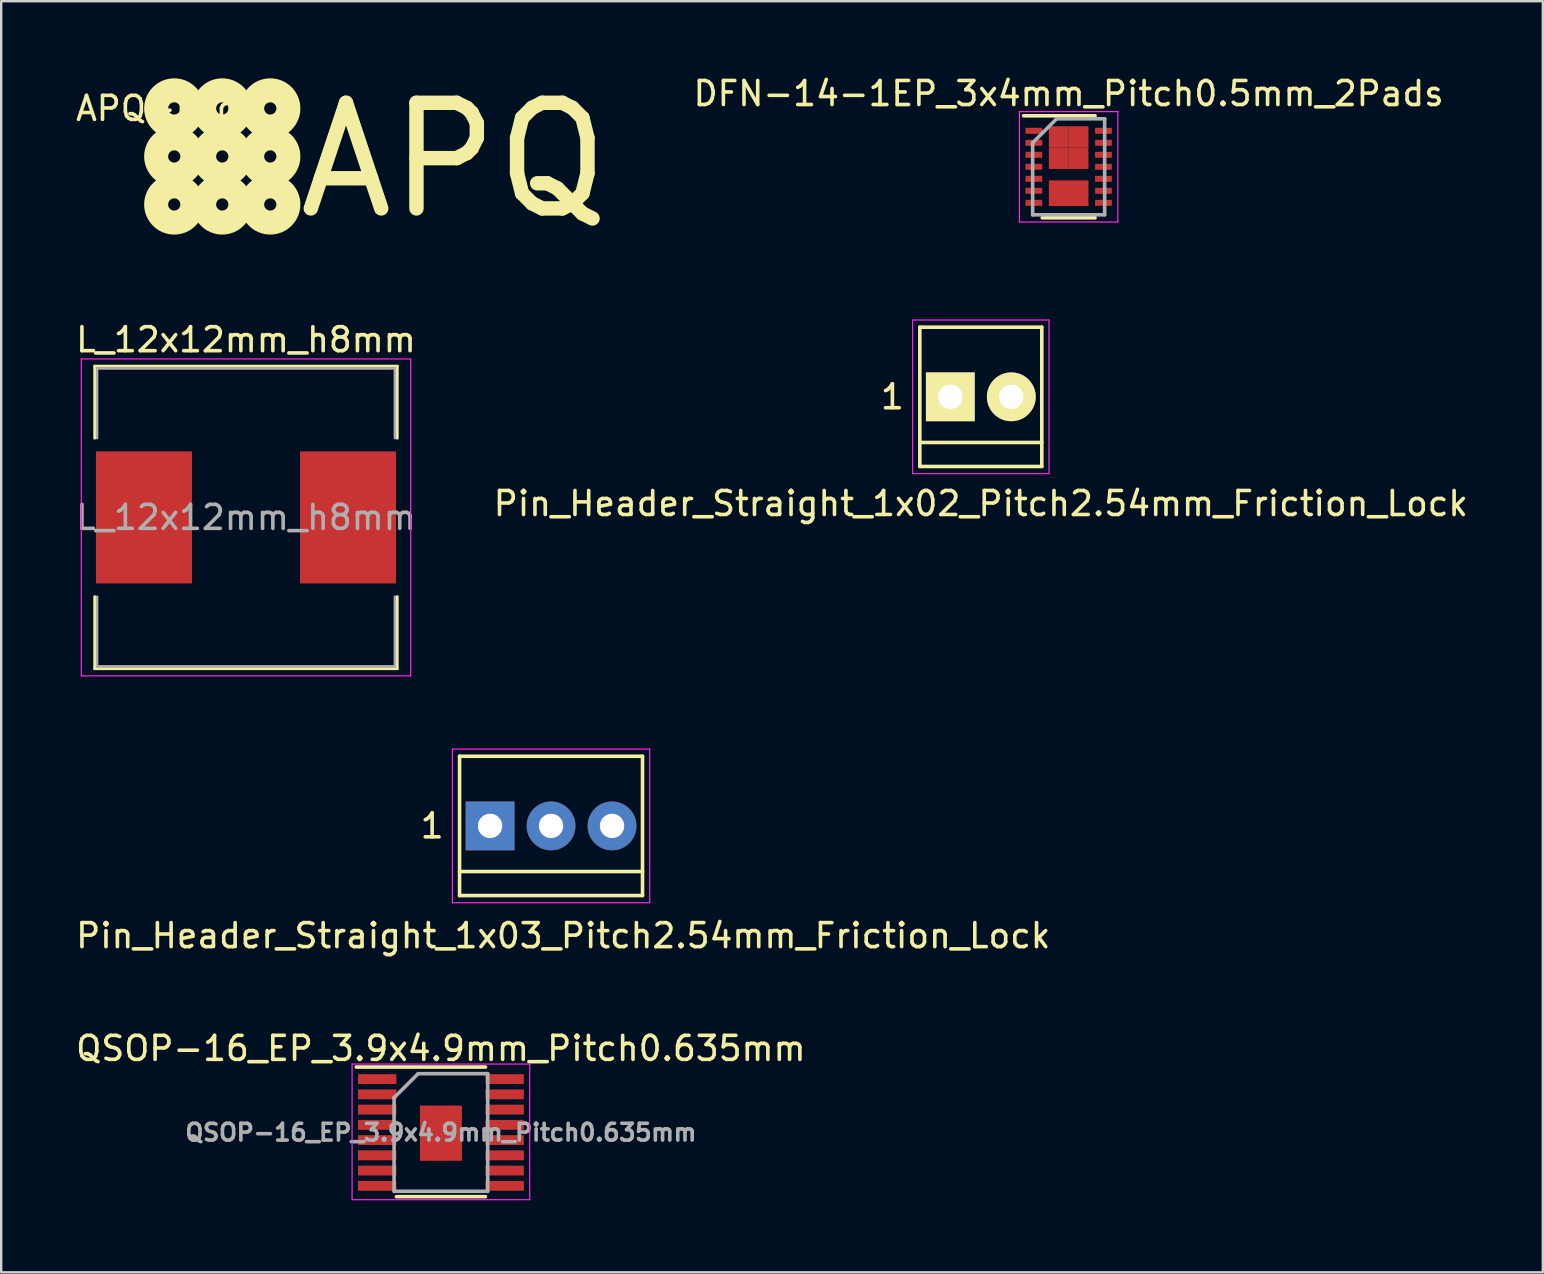
<source format=kicad_pcb>
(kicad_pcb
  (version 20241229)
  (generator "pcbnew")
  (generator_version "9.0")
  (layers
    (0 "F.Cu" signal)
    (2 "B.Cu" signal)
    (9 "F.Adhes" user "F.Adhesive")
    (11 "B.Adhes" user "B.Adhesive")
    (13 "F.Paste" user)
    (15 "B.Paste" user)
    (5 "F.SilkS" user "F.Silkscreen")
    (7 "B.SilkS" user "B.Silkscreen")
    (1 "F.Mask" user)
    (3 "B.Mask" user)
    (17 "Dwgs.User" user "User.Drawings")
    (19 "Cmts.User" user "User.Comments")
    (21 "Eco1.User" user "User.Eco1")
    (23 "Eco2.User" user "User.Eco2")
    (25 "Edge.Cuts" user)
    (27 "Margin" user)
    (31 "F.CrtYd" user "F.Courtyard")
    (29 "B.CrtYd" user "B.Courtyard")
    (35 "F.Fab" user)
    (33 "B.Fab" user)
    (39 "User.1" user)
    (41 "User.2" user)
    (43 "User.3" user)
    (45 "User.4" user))
  (footprint "QSOP-16_EP_3.9x4.9mm_Pitch0.635mm"
    (layer "F.Cu")
    (at 15.315 44.121)
    (property "Reference" "QSOP-16_EP_3.9x4.9mm_Pitch0.635mm" (at 0 -3.5 0) (layer "F.SilkS") (effects (font (size 1 1) (thickness 0.15))))
    (attr smd)
    (fp_line (start -3.525 -2.725) (end 1.859 -2.725) (stroke (width 0.15) (type solid)) (layer "F.SilkS"))
    (fp_line (start -1.854 2.675) (end 1.854 2.675) (stroke (width 0.15) (type solid)) (layer "F.SilkS"))
    (fp_line (start -3.7 -2.85) (end -3.7 2.8) (stroke (width 0.05) (type solid)) (layer "F.CrtYd"))
    (fp_line (start -3.7 -2.85) (end 3.7 -2.85) (stroke (width 0.05) (type solid)) (layer "F.CrtYd"))
    (fp_line (start -3.7 2.8) (end 3.7 2.8) (stroke (width 0.05) (type solid)) (layer "F.CrtYd"))
    (fp_line (start 3.7 -2.85) (end 3.7 2.8) (stroke (width 0.05) (type solid)) (layer "F.CrtYd"))
    (fp_line (start -1.95 -1.45) (end -0.95 -2.45) (stroke (width 0.15) (type solid)) (layer "F.Fab"))
    (fp_line (start -1.95 2.45) (end -1.95 -1.45) (stroke (width 0.15) (type solid)) (layer "F.Fab"))
    (fp_line (start -0.95 -2.45) (end 1.95 -2.45) (stroke (width 0.15) (type solid)) (layer "F.Fab"))
    (fp_line (start 1.95 -2.45) (end 1.95 2.45) (stroke (width 0.15) (type solid)) (layer "F.Fab"))
    (fp_line (start 1.95 2.45) (end -1.95 2.45) (stroke (width 0.15) (type solid)) (layer "F.Fab"))
    (fp_text user "${REFERENCE}" (at 0 0 0) (layer "F.Fab") (effects (font (size 0.7 0.7) (thickness 0.15))))
    (pad "1" smd rect (at -2.654 -2.223) (size 1.6 0.41) (layers "F.Cu" "F.Mask" "F.Paste"))
    (pad "2" smd rect (at -2.654 -1.587) (size 1.6 0.41) (layers "F.Cu" "F.Mask" "F.Paste"))
    (pad "3" smd rect (at -2.654 -0.953) (size 1.6 0.41) (layers "F.Cu" "F.Mask" "F.Paste"))
    (pad "4" smd rect (at -2.654 -0.318) (size 1.6 0.41) (layers "F.Cu" "F.Mask" "F.Paste"))
    (pad "5" smd rect (at -2.654 0.318) (size 1.6 0.41) (layers "F.Cu" "F.Mask" "F.Paste"))
    (pad "6" smd rect (at -2.654 0.953) (size 1.6 0.41) (layers "F.Cu" "F.Mask" "F.Paste"))
    (pad "7" smd rect (at -2.654 1.587) (size 1.6 0.41) (layers "F.Cu" "F.Mask" "F.Paste"))
    (pad "8" smd rect (at -2.654 2.223) (size 1.6 0.41) (layers "F.Cu" "F.Mask" "F.Paste"))
    (pad "9" smd rect (at 2.654 2.223) (size 1.6 0.41) (layers "F.Cu" "F.Mask" "F.Paste"))
    (pad "10" smd rect (at 2.654 1.587) (size 1.6 0.41) (layers "F.Cu" "F.Mask" "F.Paste"))
    (pad "11" smd rect (at 2.654 0.953) (size 1.6 0.41) (layers "F.Cu" "F.Mask" "F.Paste"))
    (pad "12" smd rect (at 2.654 0.318) (size 1.6 0.41) (layers "F.Cu" "F.Mask" "F.Paste"))
    (pad "13" smd rect (at 2.654 -0.318) (size 1.6 0.41) (layers "F.Cu" "F.Mask" "F.Paste"))
    (pad "14" smd rect (at 2.654 -0.953) (size 1.6 0.41) (layers "F.Cu" "F.Mask" "F.Paste"))
    (pad "15" smd rect (at 2.654 -1.587) (size 1.6 0.41) (layers "F.Cu" "F.Mask" "F.Paste"))
    (pad "16" smd rect (at 2.654 -2.223) (size 1.6 0.41) (layers "F.Cu" "F.Mask" "F.Paste"))
    (pad "17" smd rect (at 0 0.03) (size 1.75 2.3) (layers "F.Cu" "F.Mask" "F.Paste")))
  (footprint "DFN-14-1EP_3x4mm_Pitch0.5mm_2Pads"
    (layer "F.Cu")
    (at 41.463 3.898)
    (property "Reference" "DFN-14-1EP_3x4mm_Pitch0.5mm_2Pads" (at 0 -3.05 0) (layer "F.SilkS") (effects (font (size 1 1) (thickness 0.15))))
    (attr smd)
    (fp_line (start -1.875 -2.125) (end 1.1 -2.125) (stroke (width 0.15) (type solid)) (layer "F.SilkS"))
    (fp_line (start -1.1 2.125) (end 1.1 2.125) (stroke (width 0.15) (type solid)) (layer "F.SilkS"))
    (fp_line (start -2.05 -2.3) (end -2.05 2.3) (stroke (width 0.05) (type solid)) (layer "F.CrtYd"))
    (fp_line (start -2.05 -2.3) (end 2.05 -2.3) (stroke (width 0.05) (type solid)) (layer "F.CrtYd"))
    (fp_line (start -2.05 2.3) (end 2.05 2.3) (stroke (width 0.05) (type solid)) (layer "F.CrtYd"))
    (fp_line (start 2.05 -2.3) (end 2.05 2.3) (stroke (width 0.05) (type solid)) (layer "F.CrtYd"))
    (fp_line (start -1.5 -1) (end -0.5 -2) (stroke (width 0.15) (type solid)) (layer "F.Fab"))
    (fp_line (start -1.5 2) (end -1.5 -1) (stroke (width 0.15) (type solid)) (layer "F.Fab"))
    (fp_line (start -0.5 -2) (end 1.5 -2) (stroke (width 0.15) (type solid)) (layer "F.Fab"))
    (fp_line (start 1.5 -2) (end 1.5 2) (stroke (width 0.15) (type solid)) (layer "F.Fab"))
    (fp_line (start 1.5 2) (end -1.5 2) (stroke (width 0.15) (type solid)) (layer "F.Fab"))
    (pad "1" smd rect (at -1.45 -1.5) (size 0.7 0.25) (layers "F.Cu" "F.Mask"))
    (pad "2" smd rect (at -1.45 -1) (size 0.7 0.25) (layers "F.Cu" "F.Mask"))
    (pad "3" smd rect (at -1.45 -0.5) (size 0.7 0.25) (layers "F.Cu" "F.Mask"))
    (pad "4" smd rect (at -1.45 0) (size 0.7 0.25) (layers "F.Cu" "F.Mask"))
    (pad "5" smd rect (at -1.45 0.5) (size 0.7 0.25) (layers "F.Cu" "F.Mask"))
    (pad "6" smd rect (at -1.45 1) (size 0.7 0.25) (layers "F.Cu" "F.Mask"))
    (pad "7" smd rect (at -1.45 1.5) (size 0.7 0.25) (layers "F.Cu" "F.Mask"))
    (pad "8" smd rect (at 1.45 1.5) (size 0.7 0.25) (layers "F.Cu" "F.Mask"))
    (pad "9" smd rect (at 1.45 1) (size 0.7 0.25) (layers "F.Cu" "F.Mask"))
    (pad "10" smd rect (at 1.45 0.5) (size 0.7 0.25) (layers "F.Cu" "F.Mask"))
    (pad "11" smd rect (at 1.45 0) (size 0.7 0.25) (layers "F.Cu" "F.Mask"))
    (pad "12" smd rect (at 1.45 -0.5) (size 0.7 0.25) (layers "F.Cu" "F.Mask"))
    (pad "13" smd rect (at 1.45 -1) (size 0.7 0.25) (layers "F.Cu" "F.Mask"))
    (pad "14" smd rect (at 1.45 -1.5) (size 0.7 0.25) (layers "F.Cu" "F.Mask"))
    (pad "15" smd rect (at -0.412 -1.245) (size 0.825 0.89) (layers "F.Cu" "F.Mask"))
    (pad "15" smd rect (at -0.412 -0.355) (size 0.825 0.89) (layers "F.Cu" "F.Mask"))
    (pad "15" smd rect (at 0.412 -1.245) (size 0.825 0.89) (layers "F.Cu" "F.Mask"))
    (pad "15" smd rect (at 0.412 -0.355) (size 0.825 0.89) (layers "F.Cu" "F.Mask"))
    (pad "16" smd rect (at 0 1.1) (size 1.65 1.07) (layers "F.Cu" "F.Mask")))
  (footprint "APQ-Logo"
    (layer "F.Cu")
    (at 3.958 0.967)
    (property "Reference" "APQ-Logo" (at 0 0.5 0) (layer "F.SilkS") (effects (font (size 1 1) (thickness 0.15))))
    (attr through_hole)
    (fp_circle (center 0.25 0.5) (end 0.504 0.5) (stroke (width 1) (type solid)) (fill no) (layer "F.SilkS"))
    (fp_circle (center 0.25 2.5) (end 0.504 2.5) (stroke (width 1) (type solid)) (fill no) (layer "F.SilkS"))
    (fp_circle (center 0.25 4.5) (end 0.504 4.5) (stroke (width 1) (type solid)) (fill no) (layer "F.SilkS"))
    (fp_circle (center 2.25 0.5) (end 2.504 0.5) (stroke (width 1) (type solid)) (fill no) (layer "F.SilkS"))
    (fp_circle (center 2.25 2.5) (end 2.504 2.5) (stroke (width 1) (type solid)) (fill no) (layer "F.SilkS"))
    (fp_circle (center 2.25 4.5) (end 2.504 4.5) (stroke (width 1) (type solid)) (fill no) (layer "F.SilkS"))
    (fp_circle (center 4.25 0.5) (end 4.504 0.5) (stroke (width 1) (type solid)) (fill no) (layer "F.SilkS"))
    (fp_circle (center 4.25 2.5) (end 4.504 2.5) (stroke (width 1) (type solid)) (fill no) (layer "F.SilkS"))
    (fp_circle (center 4.25 4.5) (end 4.504 4.5) (stroke (width 1) (type solid)) (fill no) (layer "F.SilkS"))
    (fp_text user "APQ" (at 11.91 2.66 0) (layer "F.SilkS") (effects (font (size 4.4 4.4) (thickness 0.6)))))
  (footprint "Pin_Header_Straight_1x03_Pitch2.54mm_Friction_Lock"
    (layer "F.Cu")
    (at 17.363 31.352)
    (property "Reference" "Pin_Header_Straight_1x03_Pitch2.54mm_Friction_Lock" (at 3.048 4.572 0) (layer "F.SilkS") (effects (font (size 1 1) (thickness 0.15))))
    (attr through_hole)
    (fp_line (start -1.27 -2.9) (end -1.27 2.9) (stroke (width 0.15) (type solid)) (layer "F.SilkS"))
    (fp_line (start -1.27 -2.9) (end 6.35 -2.9) (stroke (width 0.15) (type solid)) (layer "F.SilkS"))
    (fp_line (start -1.27 1.9) (end 6.35 1.9) (stroke (width 0.15) (type solid)) (layer "F.SilkS"))
    (fp_line (start -1.27 2.9) (end 6.35 2.9) (stroke (width 0.15) (type solid)) (layer "F.SilkS"))
    (fp_line (start 6.35 -2.9) (end 6.35 2.9) (stroke (width 0.15) (type solid)) (layer "F.SilkS"))
    (fp_line (start -1.57 -3.2) (end 6.65 -3.2) (stroke (width 0.05) (type solid)) (layer "F.CrtYd"))
    (fp_line (start -1.57 3.2) (end -1.57 -3.2) (stroke (width 0.05) (type solid)) (layer "F.CrtYd"))
    (fp_line (start 6.65 -3.2) (end 6.65 3.2) (stroke (width 0.05) (type solid)) (layer "F.CrtYd"))
    (fp_line (start 6.65 3.2) (end -1.57 3.2) (stroke (width 0.05) (type solid)) (layer "F.CrtYd"))
    (fp_text user "1" (at -2.413 0 0) (layer "F.SilkS") (effects (font (size 1 1) (thickness 0.15))))
    (pad "1" thru_hole rect (at 0 0) (size 2.032 2.032) (drill 1.016) (layers "*.Cu" "*.Mask"))
    (pad "2" thru_hole circle (at 2.54 0) (size 2.032 2.032) (drill 1.016) (layers "*.Cu" "*.Mask"))
    (pad "3" thru_hole circle (at 5.08 0) (size 2.032 2.032) (drill 1.016) (layers "*.Cu" "*.Mask")))
  (footprint "L_12x12mm_h8mm"
    (layer "F.Cu")
    (at 7.196 18.502)
    (property "Reference" "L_12x12mm_h8mm" (at 0 -7.4 0) (layer "F.SilkS") (effects (font (size 1 1) (thickness 0.15))))
    (attr smd)
    (fp_line (start -6.3 -6.3) (end 6.3 -6.3) (stroke (width 0.12) (type solid)) (layer "F.SilkS"))
    (fp_line (start -6.3 -3.3) (end -6.3 -6.3) (stroke (width 0.12) (type solid)) (layer "F.SilkS"))
    (fp_line (start -6.3 6.3) (end -6.3 3.3) (stroke (width 0.12) (type solid)) (layer "F.SilkS"))
    (fp_line (start 6.3 -6.3) (end 6.3 -3.3) (stroke (width 0.12) (type solid)) (layer "F.SilkS"))
    (fp_line (start 6.3 3.3) (end 6.3 6.3) (stroke (width 0.12) (type solid)) (layer "F.SilkS"))
    (fp_line (start 6.3 6.3) (end -6.3 6.3) (stroke (width 0.12) (type solid)) (layer "F.SilkS"))
    (fp_line (start -6.86 -6.6) (end 6.86 -6.6) (stroke (width 0.05) (type solid)) (layer "F.CrtYd"))
    (fp_line (start -6.86 6.6) (end -6.86 -6.6) (stroke (width 0.05) (type solid)) (layer "F.CrtYd"))
    (fp_line (start 6.86 -6.6) (end 6.86 6.6) (stroke (width 0.05) (type solid)) (layer "F.CrtYd"))
    (fp_line (start 6.86 6.6) (end -6.86 6.6) (stroke (width 0.05) (type solid)) (layer "F.CrtYd"))
    (fp_line (start -6.2 -6.2) (end -6.2 -3.3) (stroke (width 0.1) (type solid)) (layer "F.Fab"))
    (fp_line (start -6.2 3.3) (end -6.2 6.2) (stroke (width 0.1) (type solid)) (layer "F.Fab"))
    (fp_line (start -6.2 6.2) (end 6.2 6.2) (stroke (width 0.1) (type solid)) (layer "F.Fab"))
    (fp_line (start 6.2 -6.2) (end -6.2 -6.2) (stroke (width 0.1) (type solid)) (layer "F.Fab"))
    (fp_line (start 6.2 -6.2) (end 6.2 -3.3) (stroke (width 0.1) (type solid)) (layer "F.Fab"))
    (fp_line (start 6.2 6.2) (end 6.2 3.3) (stroke (width 0.1) (type solid)) (layer "F.Fab"))
    (fp_text user "${REFERENCE}" (at 0 0 0) (layer "F.Fab") (effects (font (size 1 1) (thickness 0.15))))
    (pad "1" smd rect (at -4.25 0) (size 4 5.5) (layers "F.Cu" "F.Mask" "F.Paste"))
    (pad "2" smd rect (at 4.25 0) (size 4 5.5) (layers "F.Cu" "F.Mask" "F.Paste")))
  (footprint "Pin_Header_Straight_1x02_Pitch2.54mm_Friction_Lock"
    (layer "F.Cu")
    (at 36.534 13.479)
    (property "Reference" "Pin_Header_Straight_1x02_Pitch2.54mm_Friction_Lock" (at 1.27 4.445 0) (layer "F.SilkS") (effects (font (size 1 1) (thickness 0.15))))
    (attr through_hole)
    (fp_line (start -1.27 -2.9) (end -1.27 2.9) (stroke (width 0.15) (type solid)) (layer "F.SilkS"))
    (fp_line (start -1.27 -2.9) (end 3.81 -2.9) (stroke (width 0.15) (type solid)) (layer "F.SilkS"))
    (fp_line (start -1.27 1.9) (end 3.81 1.9) (stroke (width 0.15) (type solid)) (layer "F.SilkS"))
    (fp_line (start -1.27 2.9) (end 3.81 2.9) (stroke (width 0.15) (type solid)) (layer "F.SilkS"))
    (fp_line (start 3.81 -2.9) (end 3.81 2.9) (stroke (width 0.15) (type solid)) (layer "F.SilkS"))
    (fp_line (start -1.57 -3.2) (end 4.11 -3.2) (stroke (width 0.05) (type solid)) (layer "F.CrtYd"))
    (fp_line (start -1.57 3.2) (end -1.57 -3.2) (stroke (width 0.05) (type solid)) (layer "F.CrtYd"))
    (fp_line (start 4.11 -3.2) (end 4.11 3.2) (stroke (width 0.05) (type solid)) (layer "F.CrtYd"))
    (fp_line (start 4.11 3.2) (end -1.57 3.2) (stroke (width 0.05) (type solid)) (layer "F.CrtYd"))
    (fp_text user "1" (at -2.413 0 0) (layer "F.SilkS") (effects (font (size 1 1) (thickness 0.15))))
    (pad "1" thru_hole rect (at 0 0) (size 2.032 2.032) (drill 1.016) (layers "*.Cu" "*.Mask" "F.SilkS"))
    (pad "2" thru_hole circle (at 2.54 0) (size 2.032 2.032) (drill 1.016) (layers "*.Cu" "*.Mask" "F.SilkS")))
  (gr_rect
    (start -3 -3)
    (end 61.214 49.946)
    (stroke (width 0.1) (type default))
    (fill no)
    (layer "Edge.Cuts")))
</source>
